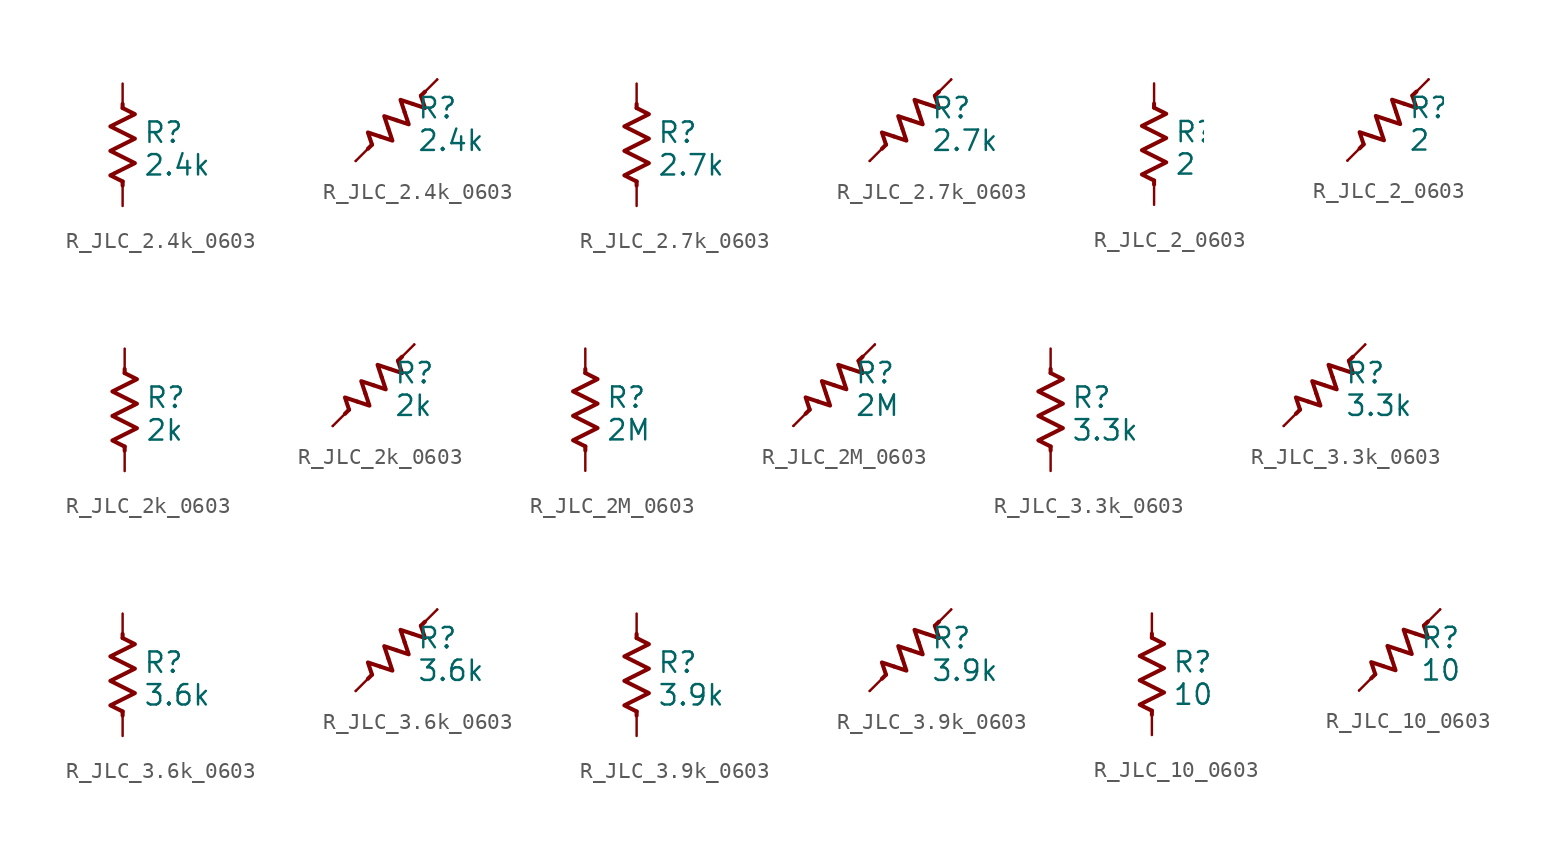
<source format=kicad_sym>
(kicad_symbol_lib
  (version 20231120)
  (generator "kicad_symbol_editor")
  (generator_version "8.0")
  (symbol "R_JLC_2.4k_0603"
    (pin_numbers hide)
    (pin_names
      (offset 0))
    (property "Reference" "R"
      (at 1.27 0.762 0)
      (effects (font (size 1.27 1.27)) (justify left)))
    (property "Value" "2.4k"
      (at 1.27 -1.27 0)
      (effects (font (size 1.27 1.27)) (justify left)))
    (symbol "R_JLC_2.4k_0603_0_1"
      (polyline (pts (xy 0 -2.286) (xy 0 -2.54)) (stroke (width 0.254) (type default)) (fill (type none)))
      (polyline (pts (xy 0 2.286) (xy 0 2.54)) (stroke (width 0.254) (type default)) (fill (type none)))
      (polyline (pts (xy 0 2.286) (xy 0.762 1.905) (xy -0.762 1.143) (xy 0 0.762) (xy 0.762 0.381) (xy 0 0) (xy -0.762 -0.381) (xy 0 -0.762) (xy 0.762 -1.143) (xy 0 -1.524) (xy -0.762 -1.905) (xy 0 -2.286)) (stroke (width 0.254) (type default)) (fill (type none))))
    (symbol "R_JLC_2.4k_0603_0_2"
      (polyline (pts (xy -2.54 -2.54) (xy -1.778 -1.778)) (stroke (width 0) (type default)) (fill (type none)))
      (polyline (pts (xy -1.778 -1.778) (xy -1.524 -1.524)) (stroke (width 0.254) (type default)) (fill (type none)))
      (polyline (pts (xy 1.778 1.778) (xy 1.524 1.524)) (stroke (width 0.254) (type default)) (fill (type none)))
      (polyline (pts (xy 1.778 1.778) (xy 2.54 2.54)) (stroke (width 0) (type default)) (fill (type none)))
      (polyline (pts (xy -1.524 -1.524) (xy -1.778 -0.762) (xy -1.016 -1.016)) (stroke (width 0.254) (type default)) (fill (type none)))
      (polyline (pts (xy -0.508 -0.508) (xy -0.762 0.254) (xy 0 0)) (stroke (width 0.254) (type default)) (fill (type none)))
      (polyline (pts (xy -0.508 -0.508) (xy -0.254 -1.27) (xy -1.016 -1.016)) (stroke (width 0.254) (type default)) (fill (type none)))
      (polyline (pts (xy 0.508 0.508) (xy 0.254 1.27) (xy 1.016 1.016)) (stroke (width 0.254) (type default)) (fill (type none)))
      (polyline (pts (xy 0.508 0.508) (xy 0.762 -0.254) (xy 0 0)) (stroke (width 0.254) (type default)) (fill (type none)))
      (polyline (pts (xy 1.524 1.524) (xy 1.778 0.762) (xy 1.016 1.016)) (stroke (width 0.254) (type default)) (fill (type none))))
    (symbol "R_JLC_2.4k_0603_1_1"
      (pin passive line (at 0 3.81 270) (length 1.27) (name "~" (effects (font (size 1.27 1.27)))) (number "1" (effects (font (size 1.27 1.27)))))
      (pin passive line (at 0 -3.81 90) (length 1.27) (name "~" (effects (font (size 1.27 1.27)))) (number "2" (effects (font (size 1.27 1.27))))))
    (symbol "R_JLC_2.4k_0603_1_2"
      (pin passive line (at 2.54 2.54 180) (length 0) (name "" (effects (font (size 1.27 1.27)))) (number "1" (effects (font (size 1.27 1.27)))))
      (pin passive line (at -2.54 -2.54 0) (length 0) (name "" (effects (font (size 1.27 1.27)))) (number "2" (effects (font (size 1.27 1.27)))))))
  (symbol "R_JLC_2.7k_0603"
    (pin_numbers hide)
    (pin_names
      (offset 0))
    (property "Reference" "R"
      (at 1.27 0.762 0)
      (effects (font (size 1.27 1.27)) (justify left)))
    (property "Value" "2.7k"
      (at 1.27 -1.27 0)
      (effects (font (size 1.27 1.27)) (justify left)))
    (symbol "R_JLC_2.7k_0603_0_1"
      (polyline (pts (xy 0 -2.286) (xy 0 -2.54)) (stroke (width 0.254) (type default)) (fill (type none)))
      (polyline (pts (xy 0 2.286) (xy 0 2.54)) (stroke (width 0.254) (type default)) (fill (type none)))
      (polyline (pts (xy 0 2.286) (xy 0.762 1.905) (xy -0.762 1.143) (xy 0 0.762) (xy 0.762 0.381) (xy 0 0) (xy -0.762 -0.381) (xy 0 -0.762) (xy 0.762 -1.143) (xy 0 -1.524) (xy -0.762 -1.905) (xy 0 -2.286)) (stroke (width 0.254) (type default)) (fill (type none))))
    (symbol "R_JLC_2.7k_0603_0_2"
      (polyline (pts (xy -2.54 -2.54) (xy -1.778 -1.778)) (stroke (width 0) (type default)) (fill (type none)))
      (polyline (pts (xy -1.778 -1.778) (xy -1.524 -1.524)) (stroke (width 0.254) (type default)) (fill (type none)))
      (polyline (pts (xy 1.778 1.778) (xy 1.524 1.524)) (stroke (width 0.254) (type default)) (fill (type none)))
      (polyline (pts (xy 1.778 1.778) (xy 2.54 2.54)) (stroke (width 0) (type default)) (fill (type none)))
      (polyline (pts (xy -1.524 -1.524) (xy -1.778 -0.762) (xy -1.016 -1.016)) (stroke (width 0.254) (type default)) (fill (type none)))
      (polyline (pts (xy -0.508 -0.508) (xy -0.762 0.254) (xy 0 0)) (stroke (width 0.254) (type default)) (fill (type none)))
      (polyline (pts (xy -0.508 -0.508) (xy -0.254 -1.27) (xy -1.016 -1.016)) (stroke (width 0.254) (type default)) (fill (type none)))
      (polyline (pts (xy 0.508 0.508) (xy 0.254 1.27) (xy 1.016 1.016)) (stroke (width 0.254) (type default)) (fill (type none)))
      (polyline (pts (xy 0.508 0.508) (xy 0.762 -0.254) (xy 0 0)) (stroke (width 0.254) (type default)) (fill (type none)))
      (polyline (pts (xy 1.524 1.524) (xy 1.778 0.762) (xy 1.016 1.016)) (stroke (width 0.254) (type default)) (fill (type none))))
    (symbol "R_JLC_2.7k_0603_1_1"
      (pin passive line (at 0 3.81 270) (length 1.27) (name "~" (effects (font (size 1.27 1.27)))) (number "1" (effects (font (size 1.27 1.27)))))
      (pin passive line (at 0 -3.81 90) (length 1.27) (name "~" (effects (font (size 1.27 1.27)))) (number "2" (effects (font (size 1.27 1.27))))))
    (symbol "R_JLC_2.7k_0603_1_2"
      (pin passive line (at 2.54 2.54 180) (length 0) (name "" (effects (font (size 1.27 1.27)))) (number "1" (effects (font (size 1.27 1.27)))))
      (pin passive line (at -2.54 -2.54 0) (length 0) (name "" (effects (font (size 1.27 1.27)))) (number "2" (effects (font (size 1.27 1.27)))))))
  (symbol "R_JLC_2_0603"
    (pin_numbers hide)
    (pin_names
      (offset 0))
    (property "Reference" "R"
      (at 1.27 0.762 0)
      (effects (font (size 1.27 1.27)) (justify left)))
    (property "Value" "2"
      (at 1.27 -1.27 0)
      (effects (font (size 1.27 1.27)) (justify left)))
    (symbol "R_JLC_2_0603_0_1"
      (polyline (pts (xy 0 -2.286) (xy 0 -2.54)) (stroke (width 0.254) (type default)) (fill (type none)))
      (polyline (pts (xy 0 2.286) (xy 0 2.54)) (stroke (width 0.254) (type default)) (fill (type none)))
      (polyline (pts (xy 0 2.286) (xy 0.762 1.905) (xy -0.762 1.143) (xy 0 0.762) (xy 0.762 0.381) (xy 0 0) (xy -0.762 -0.381) (xy 0 -0.762) (xy 0.762 -1.143) (xy 0 -1.524) (xy -0.762 -1.905) (xy 0 -2.286)) (stroke (width 0.254) (type default)) (fill (type none))))
    (symbol "R_JLC_2_0603_0_2"
      (polyline (pts (xy -2.54 -2.54) (xy -1.778 -1.778)) (stroke (width 0) (type default)) (fill (type none)))
      (polyline (pts (xy -1.778 -1.778) (xy -1.524 -1.524)) (stroke (width 0.254) (type default)) (fill (type none)))
      (polyline (pts (xy 1.778 1.778) (xy 1.524 1.524)) (stroke (width 0.254) (type default)) (fill (type none)))
      (polyline (pts (xy 1.778 1.778) (xy 2.54 2.54)) (stroke (width 0) (type default)) (fill (type none)))
      (polyline (pts (xy -1.524 -1.524) (xy -1.778 -0.762) (xy -1.016 -1.016)) (stroke (width 0.254) (type default)) (fill (type none)))
      (polyline (pts (xy -0.508 -0.508) (xy -0.762 0.254) (xy 0 0)) (stroke (width 0.254) (type default)) (fill (type none)))
      (polyline (pts (xy -0.508 -0.508) (xy -0.254 -1.27) (xy -1.016 -1.016)) (stroke (width 0.254) (type default)) (fill (type none)))
      (polyline (pts (xy 0.508 0.508) (xy 0.254 1.27) (xy 1.016 1.016)) (stroke (width 0.254) (type default)) (fill (type none)))
      (polyline (pts (xy 0.508 0.508) (xy 0.762 -0.254) (xy 0 0)) (stroke (width 0.254) (type default)) (fill (type none)))
      (polyline (pts (xy 1.524 1.524) (xy 1.778 0.762) (xy 1.016 1.016)) (stroke (width 0.254) (type default)) (fill (type none))))
    (symbol "R_JLC_2_0603_1_1"
      (pin passive line (at 0 3.81 270) (length 1.27) (name "~" (effects (font (size 1.27 1.27)))) (number "1" (effects (font (size 1.27 1.27)))))
      (pin passive line (at 0 -3.81 90) (length 1.27) (name "~" (effects (font (size 1.27 1.27)))) (number "2" (effects (font (size 1.27 1.27))))))
    (symbol "R_JLC_2_0603_1_2"
      (pin passive line (at 2.54 2.54 180) (length 0) (name "" (effects (font (size 1.27 1.27)))) (number "1" (effects (font (size 1.27 1.27)))))
      (pin passive line (at -2.54 -2.54 0) (length 0) (name "" (effects (font (size 1.27 1.27)))) (number "2" (effects (font (size 1.27 1.27)))))))
  (symbol "R_JLC_2k_0603"
    (pin_numbers hide)
    (pin_names
      (offset 0))
    (property "Reference" "R"
      (at 1.27 0.762 0)
      (effects (font (size 1.27 1.27)) (justify left)))
    (property "Value" "2k"
      (at 1.27 -1.27 0)
      (effects (font (size 1.27 1.27)) (justify left)))
    (symbol "R_JLC_2k_0603_0_1"
      (polyline (pts (xy 0 -2.286) (xy 0 -2.54)) (stroke (width 0.254) (type default)) (fill (type none)))
      (polyline (pts (xy 0 2.286) (xy 0 2.54)) (stroke (width 0.254) (type default)) (fill (type none)))
      (polyline (pts (xy 0 2.286) (xy 0.762 1.905) (xy -0.762 1.143) (xy 0 0.762) (xy 0.762 0.381) (xy 0 0) (xy -0.762 -0.381) (xy 0 -0.762) (xy 0.762 -1.143) (xy 0 -1.524) (xy -0.762 -1.905) (xy 0 -2.286)) (stroke (width 0.254) (type default)) (fill (type none))))
    (symbol "R_JLC_2k_0603_0_2"
      (polyline (pts (xy -2.54 -2.54) (xy -1.778 -1.778)) (stroke (width 0) (type default)) (fill (type none)))
      (polyline (pts (xy -1.778 -1.778) (xy -1.524 -1.524)) (stroke (width 0.254) (type default)) (fill (type none)))
      (polyline (pts (xy 1.778 1.778) (xy 1.524 1.524)) (stroke (width 0.254) (type default)) (fill (type none)))
      (polyline (pts (xy 1.778 1.778) (xy 2.54 2.54)) (stroke (width 0) (type default)) (fill (type none)))
      (polyline (pts (xy -1.524 -1.524) (xy -1.778 -0.762) (xy -1.016 -1.016)) (stroke (width 0.254) (type default)) (fill (type none)))
      (polyline (pts (xy -0.508 -0.508) (xy -0.762 0.254) (xy 0 0)) (stroke (width 0.254) (type default)) (fill (type none)))
      (polyline (pts (xy -0.508 -0.508) (xy -0.254 -1.27) (xy -1.016 -1.016)) (stroke (width 0.254) (type default)) (fill (type none)))
      (polyline (pts (xy 0.508 0.508) (xy 0.254 1.27) (xy 1.016 1.016)) (stroke (width 0.254) (type default)) (fill (type none)))
      (polyline (pts (xy 0.508 0.508) (xy 0.762 -0.254) (xy 0 0)) (stroke (width 0.254) (type default)) (fill (type none)))
      (polyline (pts (xy 1.524 1.524) (xy 1.778 0.762) (xy 1.016 1.016)) (stroke (width 0.254) (type default)) (fill (type none))))
    (symbol "R_JLC_2k_0603_1_1"
      (pin passive line (at 0 3.81 270) (length 1.27) (name "~" (effects (font (size 1.27 1.27)))) (number "1" (effects (font (size 1.27 1.27)))))
      (pin passive line (at 0 -3.81 90) (length 1.27) (name "~" (effects (font (size 1.27 1.27)))) (number "2" (effects (font (size 1.27 1.27))))))
    (symbol "R_JLC_2k_0603_1_2"
      (pin passive line (at 2.54 2.54 180) (length 0) (name "" (effects (font (size 1.27 1.27)))) (number "1" (effects (font (size 1.27 1.27)))))
      (pin passive line (at -2.54 -2.54 0) (length 0) (name "" (effects (font (size 1.27 1.27)))) (number "2" (effects (font (size 1.27 1.27)))))))
  (symbol "R_JLC_2M_0603"
    (pin_numbers hide)
    (pin_names
      (offset 0))
    (property "Reference" "R"
      (at 1.27 0.762 0)
      (effects (font (size 1.27 1.27)) (justify left)))
    (property "Value" "2M"
      (at 1.27 -1.27 0)
      (effects (font (size 1.27 1.27)) (justify left)))
    (symbol "R_JLC_2M_0603_0_1"
      (polyline (pts (xy 0 -2.286) (xy 0 -2.54)) (stroke (width 0.254) (type default)) (fill (type none)))
      (polyline (pts (xy 0 2.286) (xy 0 2.54)) (stroke (width 0.254) (type default)) (fill (type none)))
      (polyline (pts (xy 0 2.286) (xy 0.762 1.905) (xy -0.762 1.143) (xy 0 0.762) (xy 0.762 0.381) (xy 0 0) (xy -0.762 -0.381) (xy 0 -0.762) (xy 0.762 -1.143) (xy 0 -1.524) (xy -0.762 -1.905) (xy 0 -2.286)) (stroke (width 0.254) (type default)) (fill (type none))))
    (symbol "R_JLC_2M_0603_0_2"
      (polyline (pts (xy -2.54 -2.54) (xy -1.778 -1.778)) (stroke (width 0) (type default)) (fill (type none)))
      (polyline (pts (xy -1.778 -1.778) (xy -1.524 -1.524)) (stroke (width 0.254) (type default)) (fill (type none)))
      (polyline (pts (xy 1.778 1.778) (xy 1.524 1.524)) (stroke (width 0.254) (type default)) (fill (type none)))
      (polyline (pts (xy 1.778 1.778) (xy 2.54 2.54)) (stroke (width 0) (type default)) (fill (type none)))
      (polyline (pts (xy -1.524 -1.524) (xy -1.778 -0.762) (xy -1.016 -1.016)) (stroke (width 0.254) (type default)) (fill (type none)))
      (polyline (pts (xy -0.508 -0.508) (xy -0.762 0.254) (xy 0 0)) (stroke (width 0.254) (type default)) (fill (type none)))
      (polyline (pts (xy -0.508 -0.508) (xy -0.254 -1.27) (xy -1.016 -1.016)) (stroke (width 0.254) (type default)) (fill (type none)))
      (polyline (pts (xy 0.508 0.508) (xy 0.254 1.27) (xy 1.016 1.016)) (stroke (width 0.254) (type default)) (fill (type none)))
      (polyline (pts (xy 0.508 0.508) (xy 0.762 -0.254) (xy 0 0)) (stroke (width 0.254) (type default)) (fill (type none)))
      (polyline (pts (xy 1.524 1.524) (xy 1.778 0.762) (xy 1.016 1.016)) (stroke (width 0.254) (type default)) (fill (type none))))
    (symbol "R_JLC_2M_0603_1_1"
      (pin passive line (at 0 3.81 270) (length 1.27) (name "~" (effects (font (size 1.27 1.27)))) (number "1" (effects (font (size 1.27 1.27)))))
      (pin passive line (at 0 -3.81 90) (length 1.27) (name "~" (effects (font (size 1.27 1.27)))) (number "2" (effects (font (size 1.27 1.27))))))
    (symbol "R_JLC_2M_0603_1_2"
      (pin passive line (at 2.54 2.54 180) (length 0) (name "" (effects (font (size 1.27 1.27)))) (number "1" (effects (font (size 1.27 1.27)))))
      (pin passive line (at -2.54 -2.54 0) (length 0) (name "" (effects (font (size 1.27 1.27)))) (number "2" (effects (font (size 1.27 1.27)))))))
  (symbol "R_JLC_3.3k_0603"
    (pin_numbers hide)
    (pin_names
      (offset 0))
    (property "Reference" "R"
      (at 1.27 0.762 0)
      (effects (font (size 1.27 1.27)) (justify left)))
    (property "Value" "3.3k"
      (at 1.27 -1.27 0)
      (effects (font (size 1.27 1.27)) (justify left)))
    (symbol "R_JLC_3.3k_0603_0_1"
      (polyline (pts (xy 0 -2.286) (xy 0 -2.54)) (stroke (width 0.254) (type default)) (fill (type none)))
      (polyline (pts (xy 0 2.286) (xy 0 2.54)) (stroke (width 0.254) (type default)) (fill (type none)))
      (polyline (pts (xy 0 2.286) (xy 0.762 1.905) (xy -0.762 1.143) (xy 0 0.762) (xy 0.762 0.381) (xy 0 0) (xy -0.762 -0.381) (xy 0 -0.762) (xy 0.762 -1.143) (xy 0 -1.524) (xy -0.762 -1.905) (xy 0 -2.286)) (stroke (width 0.254) (type default)) (fill (type none))))
    (symbol "R_JLC_3.3k_0603_0_2"
      (polyline (pts (xy -2.54 -2.54) (xy -1.778 -1.778)) (stroke (width 0) (type default)) (fill (type none)))
      (polyline (pts (xy -1.778 -1.778) (xy -1.524 -1.524)) (stroke (width 0.254) (type default)) (fill (type none)))
      (polyline (pts (xy 1.778 1.778) (xy 1.524 1.524)) (stroke (width 0.254) (type default)) (fill (type none)))
      (polyline (pts (xy 1.778 1.778) (xy 2.54 2.54)) (stroke (width 0) (type default)) (fill (type none)))
      (polyline (pts (xy -1.524 -1.524) (xy -1.778 -0.762) (xy -1.016 -1.016)) (stroke (width 0.254) (type default)) (fill (type none)))
      (polyline (pts (xy -0.508 -0.508) (xy -0.762 0.254) (xy 0 0)) (stroke (width 0.254) (type default)) (fill (type none)))
      (polyline (pts (xy -0.508 -0.508) (xy -0.254 -1.27) (xy -1.016 -1.016)) (stroke (width 0.254) (type default)) (fill (type none)))
      (polyline (pts (xy 0.508 0.508) (xy 0.254 1.27) (xy 1.016 1.016)) (stroke (width 0.254) (type default)) (fill (type none)))
      (polyline (pts (xy 0.508 0.508) (xy 0.762 -0.254) (xy 0 0)) (stroke (width 0.254) (type default)) (fill (type none)))
      (polyline (pts (xy 1.524 1.524) (xy 1.778 0.762) (xy 1.016 1.016)) (stroke (width 0.254) (type default)) (fill (type none))))
    (symbol "R_JLC_3.3k_0603_1_1"
      (pin passive line (at 0 3.81 270) (length 1.27) (name "~" (effects (font (size 1.27 1.27)))) (number "1" (effects (font (size 1.27 1.27)))))
      (pin passive line (at 0 -3.81 90) (length 1.27) (name "~" (effects (font (size 1.27 1.27)))) (number "2" (effects (font (size 1.27 1.27))))))
    (symbol "R_JLC_3.3k_0603_1_2"
      (pin passive line (at 2.54 2.54 180) (length 0) (name "" (effects (font (size 1.27 1.27)))) (number "1" (effects (font (size 1.27 1.27)))))
      (pin passive line (at -2.54 -2.54 0) (length 0) (name "" (effects (font (size 1.27 1.27)))) (number "2" (effects (font (size 1.27 1.27)))))))
  (symbol "R_JLC_3.6k_0603"
    (pin_numbers hide)
    (pin_names
      (offset 0))
    (property "Reference" "R"
      (at 1.27 0.762 0)
      (effects (font (size 1.27 1.27)) (justify left)))
    (property "Value" "3.6k"
      (at 1.27 -1.27 0)
      (effects (font (size 1.27 1.27)) (justify left)))
    (symbol "R_JLC_3.6k_0603_0_1"
      (polyline (pts (xy 0 -2.286) (xy 0 -2.54)) (stroke (width 0.254) (type default)) (fill (type none)))
      (polyline (pts (xy 0 2.286) (xy 0 2.54)) (stroke (width 0.254) (type default)) (fill (type none)))
      (polyline (pts (xy 0 2.286) (xy 0.762 1.905) (xy -0.762 1.143) (xy 0 0.762) (xy 0.762 0.381) (xy 0 0) (xy -0.762 -0.381) (xy 0 -0.762) (xy 0.762 -1.143) (xy 0 -1.524) (xy -0.762 -1.905) (xy 0 -2.286)) (stroke (width 0.254) (type default)) (fill (type none))))
    (symbol "R_JLC_3.6k_0603_0_2"
      (polyline (pts (xy -2.54 -2.54) (xy -1.778 -1.778)) (stroke (width 0) (type default)) (fill (type none)))
      (polyline (pts (xy -1.778 -1.778) (xy -1.524 -1.524)) (stroke (width 0.254) (type default)) (fill (type none)))
      (polyline (pts (xy 1.778 1.778) (xy 1.524 1.524)) (stroke (width 0.254) (type default)) (fill (type none)))
      (polyline (pts (xy 1.778 1.778) (xy 2.54 2.54)) (stroke (width 0) (type default)) (fill (type none)))
      (polyline (pts (xy -1.524 -1.524) (xy -1.778 -0.762) (xy -1.016 -1.016)) (stroke (width 0.254) (type default)) (fill (type none)))
      (polyline (pts (xy -0.508 -0.508) (xy -0.762 0.254) (xy 0 0)) (stroke (width 0.254) (type default)) (fill (type none)))
      (polyline (pts (xy -0.508 -0.508) (xy -0.254 -1.27) (xy -1.016 -1.016)) (stroke (width 0.254) (type default)) (fill (type none)))
      (polyline (pts (xy 0.508 0.508) (xy 0.254 1.27) (xy 1.016 1.016)) (stroke (width 0.254) (type default)) (fill (type none)))
      (polyline (pts (xy 0.508 0.508) (xy 0.762 -0.254) (xy 0 0)) (stroke (width 0.254) (type default)) (fill (type none)))
      (polyline (pts (xy 1.524 1.524) (xy 1.778 0.762) (xy 1.016 1.016)) (stroke (width 0.254) (type default)) (fill (type none))))
    (symbol "R_JLC_3.6k_0603_1_1"
      (pin passive line (at 0 3.81 270) (length 1.27) (name "~" (effects (font (size 1.27 1.27)))) (number "1" (effects (font (size 1.27 1.27)))))
      (pin passive line (at 0 -3.81 90) (length 1.27) (name "~" (effects (font (size 1.27 1.27)))) (number "2" (effects (font (size 1.27 1.27))))))
    (symbol "R_JLC_3.6k_0603_1_2"
      (pin passive line (at 2.54 2.54 180) (length 0) (name "" (effects (font (size 1.27 1.27)))) (number "1" (effects (font (size 1.27 1.27)))))
      (pin passive line (at -2.54 -2.54 0) (length 0) (name "" (effects (font (size 1.27 1.27)))) (number "2" (effects (font (size 1.27 1.27)))))))
  (symbol "R_JLC_3.9k_0603"
    (pin_numbers hide)
    (pin_names
      (offset 0))
    (property "Reference" "R"
      (at 1.27 0.762 0)
      (effects (font (size 1.27 1.27)) (justify left)))
    (property "Value" "3.9k"
      (at 1.27 -1.27 0)
      (effects (font (size 1.27 1.27)) (justify left)))
    (symbol "R_JLC_3.9k_0603_0_1"
      (polyline (pts (xy 0 -2.286) (xy 0 -2.54)) (stroke (width 0.254) (type default)) (fill (type none)))
      (polyline (pts (xy 0 2.286) (xy 0 2.54)) (stroke (width 0.254) (type default)) (fill (type none)))
      (polyline (pts (xy 0 2.286) (xy 0.762 1.905) (xy -0.762 1.143) (xy 0 0.762) (xy 0.762 0.381) (xy 0 0) (xy -0.762 -0.381) (xy 0 -0.762) (xy 0.762 -1.143) (xy 0 -1.524) (xy -0.762 -1.905) (xy 0 -2.286)) (stroke (width 0.254) (type default)) (fill (type none))))
    (symbol "R_JLC_3.9k_0603_0_2"
      (polyline (pts (xy -2.54 -2.54) (xy -1.778 -1.778)) (stroke (width 0) (type default)) (fill (type none)))
      (polyline (pts (xy -1.778 -1.778) (xy -1.524 -1.524)) (stroke (width 0.254) (type default)) (fill (type none)))
      (polyline (pts (xy 1.778 1.778) (xy 1.524 1.524)) (stroke (width 0.254) (type default)) (fill (type none)))
      (polyline (pts (xy 1.778 1.778) (xy 2.54 2.54)) (stroke (width 0) (type default)) (fill (type none)))
      (polyline (pts (xy -1.524 -1.524) (xy -1.778 -0.762) (xy -1.016 -1.016)) (stroke (width 0.254) (type default)) (fill (type none)))
      (polyline (pts (xy -0.508 -0.508) (xy -0.762 0.254) (xy 0 0)) (stroke (width 0.254) (type default)) (fill (type none)))
      (polyline (pts (xy -0.508 -0.508) (xy -0.254 -1.27) (xy -1.016 -1.016)) (stroke (width 0.254) (type default)) (fill (type none)))
      (polyline (pts (xy 0.508 0.508) (xy 0.254 1.27) (xy 1.016 1.016)) (stroke (width 0.254) (type default)) (fill (type none)))
      (polyline (pts (xy 0.508 0.508) (xy 0.762 -0.254) (xy 0 0)) (stroke (width 0.254) (type default)) (fill (type none)))
      (polyline (pts (xy 1.524 1.524) (xy 1.778 0.762) (xy 1.016 1.016)) (stroke (width 0.254) (type default)) (fill (type none))))
    (symbol "R_JLC_3.9k_0603_1_1"
      (pin passive line (at 0 3.81 270) (length 1.27) (name "~" (effects (font (size 1.27 1.27)))) (number "1" (effects (font (size 1.27 1.27)))))
      (pin passive line (at 0 -3.81 90) (length 1.27) (name "~" (effects (font (size 1.27 1.27)))) (number "2" (effects (font (size 1.27 1.27))))))
    (symbol "R_JLC_3.9k_0603_1_2"
      (pin passive line (at 2.54 2.54 180) (length 0) (name "" (effects (font (size 1.27 1.27)))) (number "1" (effects (font (size 1.27 1.27)))))
      (pin passive line (at -2.54 -2.54 0) (length 0) (name "" (effects (font (size 1.27 1.27)))) (number "2" (effects (font (size 1.27 1.27)))))))
  (symbol "R_JLC_10_0603"
    (pin_numbers hide)
    (pin_names
      (offset 0))
    (property "Reference" "R"
      (at 1.27 0.762 0)
      (effects (font (size 1.27 1.27)) (justify left)))
    (property "Value" "10"
      (at 1.27 -1.27 0)
      (effects (font (size 1.27 1.27)) (justify left)))
    (symbol "R_JLC_10_0603_0_1"
      (polyline (pts (xy 0 -2.286) (xy 0 -2.54)) (stroke (width 0.254) (type default)) (fill (type none)))
      (polyline (pts (xy 0 2.286) (xy 0 2.54)) (stroke (width 0.254) (type default)) (fill (type none)))
      (polyline (pts (xy 0 2.286) (xy 0.762 1.905) (xy -0.762 1.143) (xy 0 0.762) (xy 0.762 0.381) (xy 0 0) (xy -0.762 -0.381) (xy 0 -0.762) (xy 0.762 -1.143) (xy 0 -1.524) (xy -0.762 -1.905) (xy 0 -2.286)) (stroke (width 0.254) (type default)) (fill (type none))))
    (symbol "R_JLC_10_0603_0_2"
      (polyline (pts (xy -2.54 -2.54) (xy -1.778 -1.778)) (stroke (width 0) (type default)) (fill (type none)))
      (polyline (pts (xy -1.778 -1.778) (xy -1.524 -1.524)) (stroke (width 0.254) (type default)) (fill (type none)))
      (polyline (pts (xy 1.778 1.778) (xy 1.524 1.524)) (stroke (width 0.254) (type default)) (fill (type none)))
      (polyline (pts (xy 1.778 1.778) (xy 2.54 2.54)) (stroke (width 0) (type default)) (fill (type none)))
      (polyline (pts (xy -1.524 -1.524) (xy -1.778 -0.762) (xy -1.016 -1.016)) (stroke (width 0.254) (type default)) (fill (type none)))
      (polyline (pts (xy -0.508 -0.508) (xy -0.762 0.254) (xy 0 0)) (stroke (width 0.254) (type default)) (fill (type none)))
      (polyline (pts (xy -0.508 -0.508) (xy -0.254 -1.27) (xy -1.016 -1.016)) (stroke (width 0.254) (type default)) (fill (type none)))
      (polyline (pts (xy 0.508 0.508) (xy 0.254 1.27) (xy 1.016 1.016)) (stroke (width 0.254) (type default)) (fill (type none)))
      (polyline (pts (xy 0.508 0.508) (xy 0.762 -0.254) (xy 0 0)) (stroke (width 0.254) (type default)) (fill (type none)))
      (polyline (pts (xy 1.524 1.524) (xy 1.778 0.762) (xy 1.016 1.016)) (stroke (width 0.254) (type default)) (fill (type none))))
    (symbol "R_JLC_10_0603_1_1"
      (pin passive line (at 0 3.81 270) (length 1.27) (name "~" (effects (font (size 1.27 1.27)))) (number "1" (effects (font (size 1.27 1.27)))))
      (pin passive line (at 0 -3.81 90) (length 1.27) (name "~" (effects (font (size 1.27 1.27)))) (number "2" (effects (font (size 1.27 1.27))))))
    (symbol "R_JLC_10_0603_1_2"
      (pin passive line (at 2.54 2.54 180) (length 0) (name "" (effects (font (size 1.27 1.27)))) (number "1" (effects (font (size 1.27 1.27)))))
      (pin passive line (at -2.54 -2.54 0) (length 0) (name "" (effects (font (size 1.27 1.27)))) (number "2" (effects (font (size 1.27 1.27))))))))
</source>
